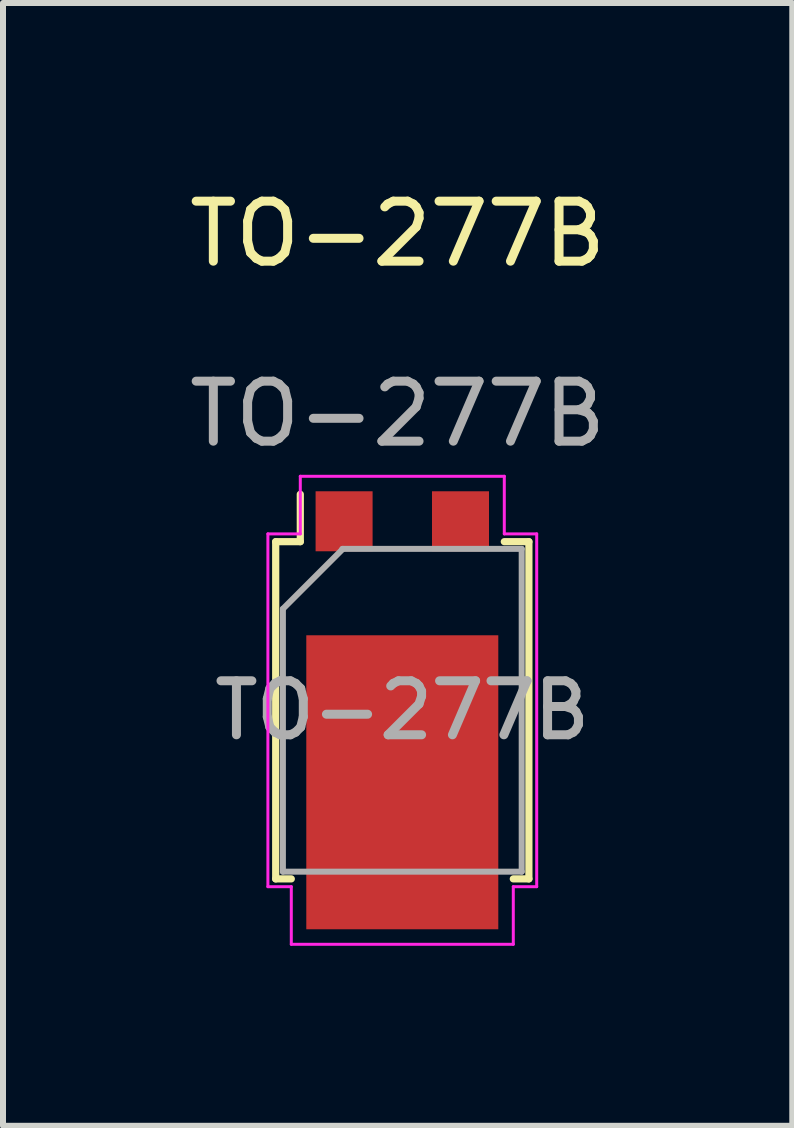
<source format=kicad_pcb>
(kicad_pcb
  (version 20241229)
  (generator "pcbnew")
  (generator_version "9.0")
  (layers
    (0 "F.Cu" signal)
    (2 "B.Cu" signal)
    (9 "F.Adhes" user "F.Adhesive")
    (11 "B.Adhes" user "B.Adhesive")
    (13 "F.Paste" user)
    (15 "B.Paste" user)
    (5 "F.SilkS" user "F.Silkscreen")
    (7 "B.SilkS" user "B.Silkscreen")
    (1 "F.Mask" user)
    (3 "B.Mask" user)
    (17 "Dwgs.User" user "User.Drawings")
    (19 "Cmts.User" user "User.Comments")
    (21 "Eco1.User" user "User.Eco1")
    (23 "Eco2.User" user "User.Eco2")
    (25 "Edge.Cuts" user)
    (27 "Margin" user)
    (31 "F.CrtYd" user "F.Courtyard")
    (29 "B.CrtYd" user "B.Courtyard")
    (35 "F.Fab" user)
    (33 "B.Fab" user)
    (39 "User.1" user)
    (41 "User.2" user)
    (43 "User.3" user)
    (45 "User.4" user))
  (footprint "TO-277B"
    (layer "F.Cu")
    (at 3.577 9.46)
    (property "Reference" "TO-277B" (at 0 -8.612 0) (unlocked yes) (layer "F.SilkS") (effects (font (size 1 1) (thickness 0.15))))
    (attr smd)
    (fp_line (start -2.032 -3.482) (end -2.032 2.138) (stroke (width 0.12) (type solid)) (layer "F.SilkS"))
    (fp_line (start -1.772 2.138) (end -2.032 2.138) (stroke (width 0.12) (type solid)) (layer "F.SilkS"))
    (fp_line (start -1.622 -3.482) (end -2.032 -3.482) (stroke (width 0.12) (type solid)) (layer "F.SilkS"))
    (fp_line (start -1.622 -3.482) (end -1.622 -4.272) (stroke (width 0.12) (type solid)) (layer "F.SilkS"))
    (fp_line (start 2.188 -3.482) (end 1.778 -3.482) (stroke (width 0.12) (type solid)) (layer "F.SilkS"))
    (fp_line (start 2.188 2.138) (end 1.928 2.138) (stroke (width 0.12) (type solid)) (layer "F.SilkS"))
    (fp_line (start 2.188 2.138) (end 2.188 -3.482) (stroke (width 0.12) (type solid)) (layer "F.SilkS"))
    (fp_line (start -2.162 -3.612) (end -2.162 2.268) (stroke (width 0.05) (type solid)) (layer "F.CrtYd"))
    (fp_line (start -2.162 -3.612) (end -1.622 -3.612) (stroke (width 0.05) (type solid)) (layer "F.CrtYd"))
    (fp_line (start -2.162 2.268) (end -1.772 2.268) (stroke (width 0.05) (type solid)) (layer "F.CrtYd"))
    (fp_line (start -1.772 3.228) (end -1.772 2.268) (stroke (width 0.05) (type solid)) (layer "F.CrtYd"))
    (fp_line (start -1.622 -4.572) (end 1.778 -4.572) (stroke (width 0.05) (type solid)) (layer "F.CrtYd"))
    (fp_line (start -1.622 -3.612) (end -1.622 -4.572) (stroke (width 0.05) (type solid)) (layer "F.CrtYd"))
    (fp_line (start 1.778 -3.612) (end 1.778 -4.572) (stroke (width 0.05) (type solid)) (layer "F.CrtYd"))
    (fp_line (start 1.778 -3.612) (end 2.318 -3.612) (stroke (width 0.05) (type solid)) (layer "F.CrtYd"))
    (fp_line (start 1.928 2.268) (end 2.318 2.268) (stroke (width 0.05) (type solid)) (layer "F.CrtYd"))
    (fp_line (start 1.928 3.228) (end -1.772 3.228) (stroke (width 0.05) (type solid)) (layer "F.CrtYd"))
    (fp_line (start 1.928 3.228) (end 1.928 2.268) (stroke (width 0.05) (type solid)) (layer "F.CrtYd"))
    (fp_line (start 2.318 2.268) (end 2.318 -3.612) (stroke (width 0.05) (type solid)) (layer "F.CrtYd"))
    (fp_line (start -1.912 -2.362) (end -1.912 2.018) (stroke (width 0.1) (type solid)) (layer "F.Fab"))
    (fp_line (start -1.912 -2.362) (end -0.912 -3.362) (stroke (width 0.1) (type solid)) (layer "F.Fab"))
    (fp_line (start -1.912 2.018) (end 2.068 2.018) (stroke (width 0.1) (type solid)) (layer "F.Fab"))
    (fp_line (start 2.068 -3.362) (end -0.922 -3.362) (stroke (width 0.1) (type solid)) (layer "F.Fab"))
    (fp_line (start 2.068 2.018) (end 2.068 -3.362) (stroke (width 0.1) (type solid)) (layer "F.Fab"))
    (fp_text user "${REFERENCE}" (at 0.078 -0.672 0) (layer "F.Fab") (effects (font (size 0.9 0.9) (thickness 0.15))))
    (fp_text user "${REFERENCE}" (at 0 -5.612 0) (unlocked yes) (layer "F.Fab") (effects (font (size 1 1) (thickness 0.15))))
    (pad "" smd rect (at -0.822 -1.272) (size 1.3 1.2) (layers "F.Paste"))
    (pad "" smd rect (at -0.822 0.528) (size 1.3 1.2) (layers "F.Paste"))
    (pad "" smd rect (at -0.822 2.328) (size 1.3 1.2) (layers "F.Paste"))
    (pad "" smd rect (at 0.978 -1.272) (size 1.3 1.2) (layers "F.Paste"))
    (pad "" smd rect (at 0.978 0.528) (size 1.3 1.2) (layers "F.Paste"))
    (pad "" smd rect (at 0.978 2.328) (size 1.3 1.2) (layers "F.Paste"))
    (pad "1" smd rect (at 0.078 0.528) (size 3.2 4.9) (layers "F.Cu" "F.Mask"))
    (pad "2" smd rect (at -0.892 -3.822) (size 0.95 1) (layers "F.Cu" "F.Mask" "F.Paste"))
    (pad "2" smd rect (at 1.048 -3.822) (size 0.95 1) (layers "F.Cu" "F.Mask" "F.Paste")))
  (gr_rect
    (start -3 -3)
    (end 10.155 15.713)
    (stroke (width 0.1) (type default))
    (fill no)
    (layer "Edge.Cuts")))
</source>
